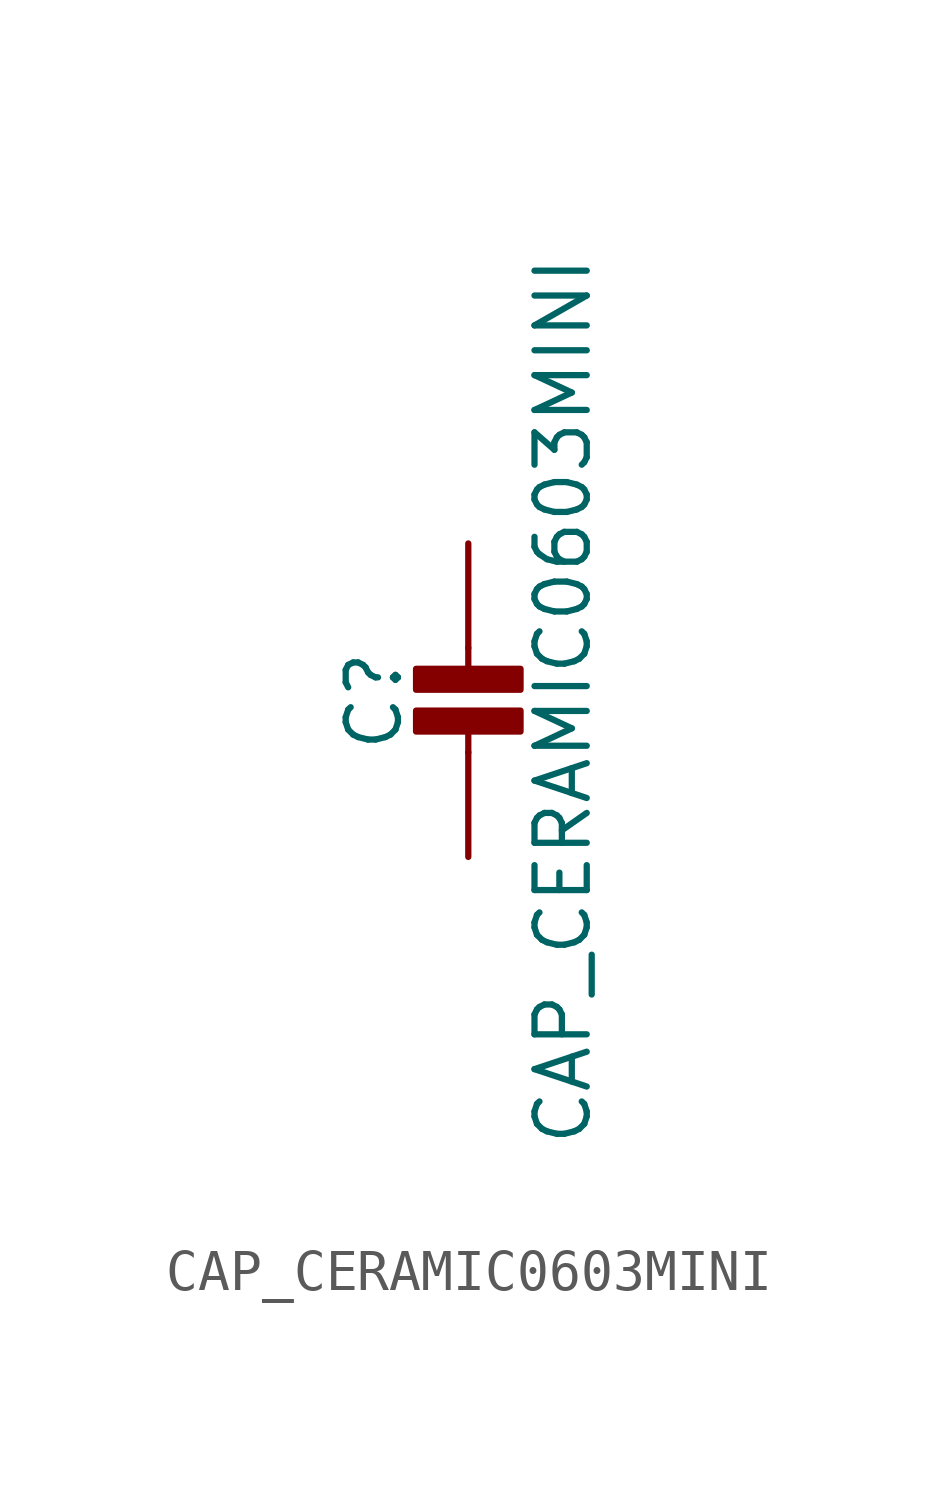
<source format=kicad_sym>
(kicad_symbol_lib
  (version 20211014)
  (generator kicad_symbol_editor)
  (symbol "CAP_CERAMIC0603MINI"
    (property "Reference" "C"
      (at -2.29 1.25 90)
      (effects (font (size 1.27 1.27))))
    (property "Value" "CAP_CERAMIC0603MINI"
      (at 2.3 1.25 90)
      (effects (font (size 1.27 1.27))))
    (property "ki_locked" ""
      (at 0 0 0)
      (effects (font (size 1.27 1.27))))
    (symbol "CAP_CERAMIC0603MINI_1_0"
      (rectangle (start -1.27 0.508) (end 1.27 1.016) (stroke (width 0) (type default) (color 0 0 0 0)) (fill (type outline)))
      (rectangle (start -1.27 1.524) (end 1.27 2.032) (stroke (width 0) (type default) (color 0 0 0 0)) (fill (type outline)))
      (polyline (pts (xy 0 0.762) (xy 0 0)) (stroke (width 0.152) (type default) (color 0 0 0 0)) (fill (type none)))
      (polyline (pts (xy 0 2.54) (xy 0 1.778)) (stroke (width 0.152) (type default) (color 0 0 0 0)) (fill (type none)))
      (pin passive line (at 0 5.08 270) (length 2.54) (name "1" (effects (font (size 0 0)))) (number "1" (effects (font (size 0 0)))))
      (pin passive line (at 0 -2.54 90) (length 2.54) (name "2" (effects (font (size 0 0)))) (number "2" (effects (font (size 0 0))))))))
</source>
